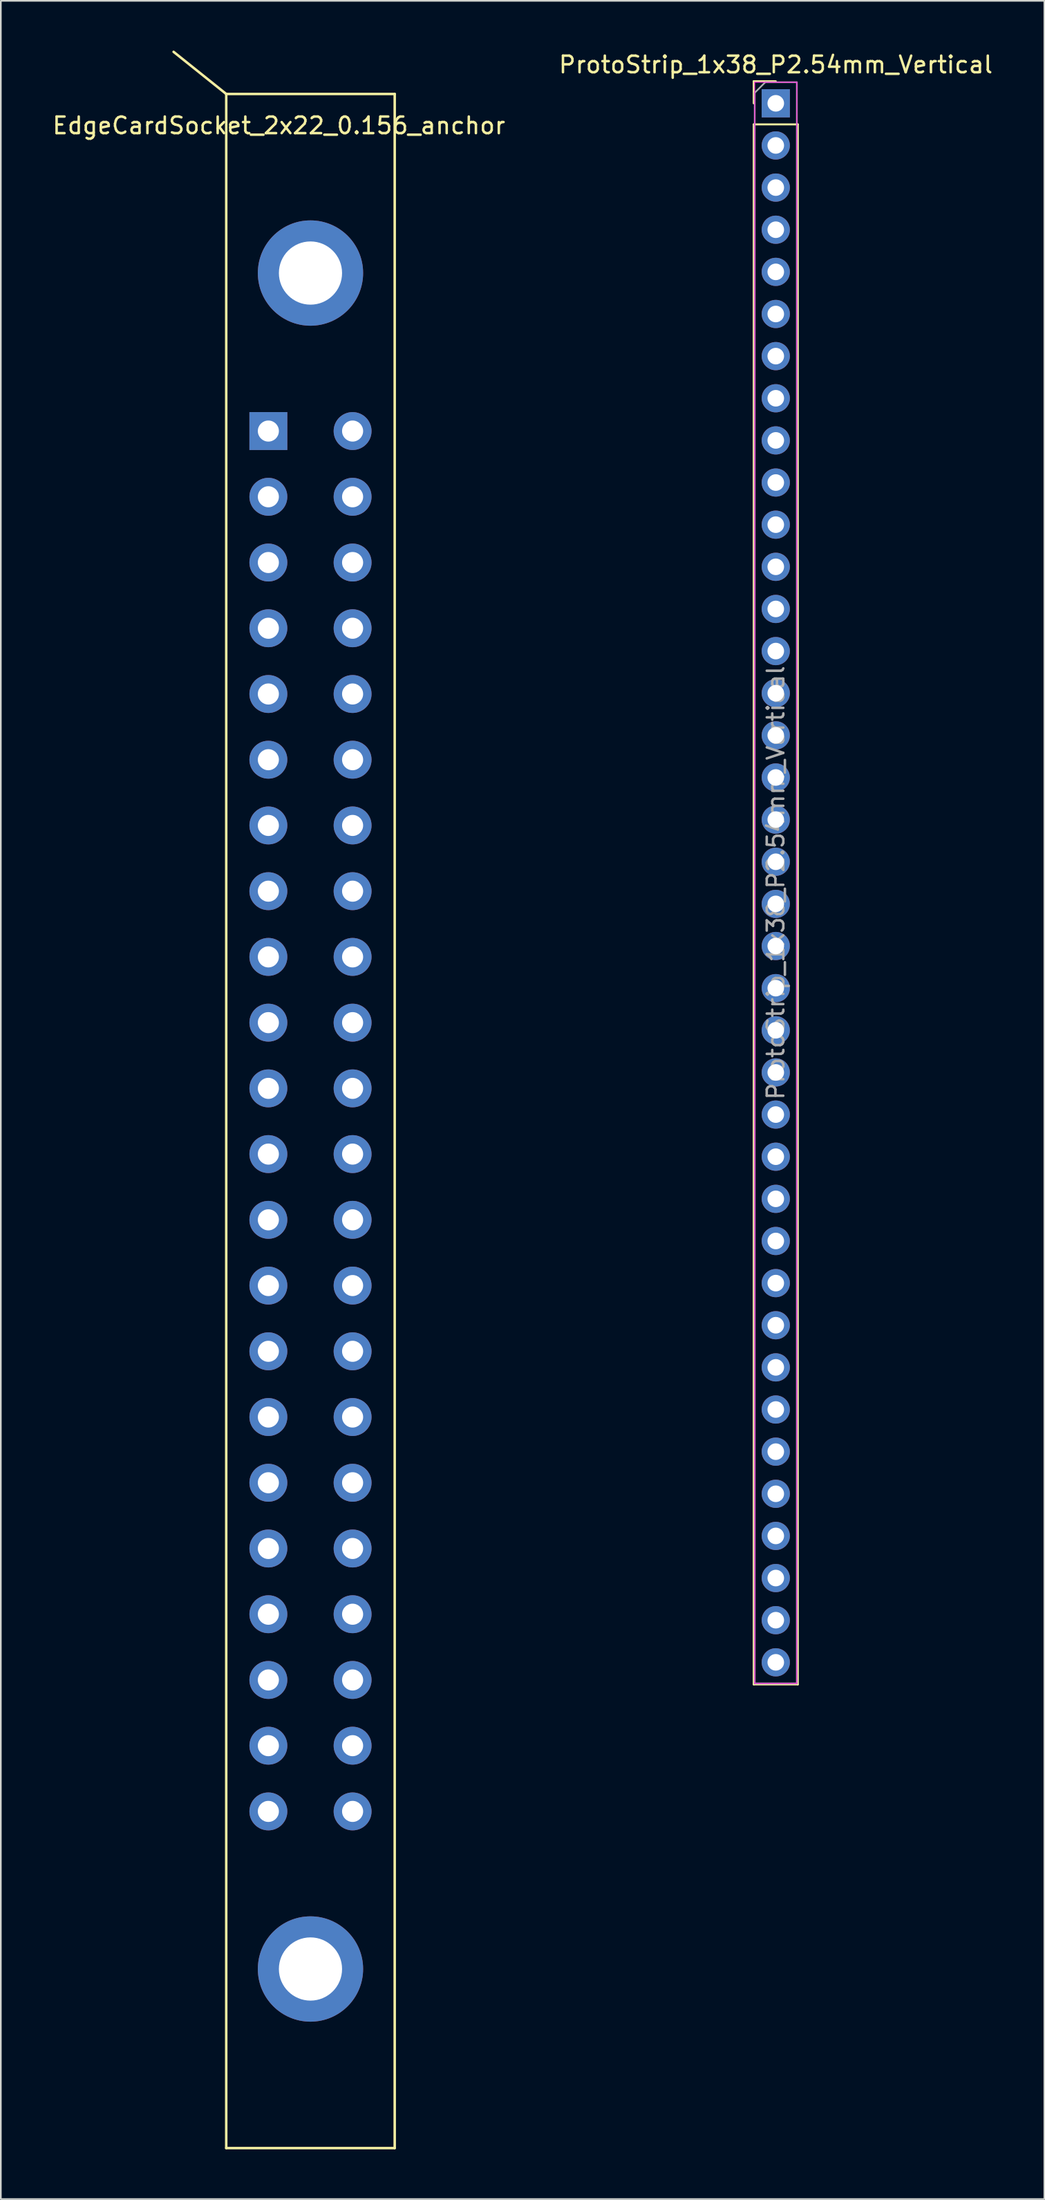
<source format=kicad_pcb>
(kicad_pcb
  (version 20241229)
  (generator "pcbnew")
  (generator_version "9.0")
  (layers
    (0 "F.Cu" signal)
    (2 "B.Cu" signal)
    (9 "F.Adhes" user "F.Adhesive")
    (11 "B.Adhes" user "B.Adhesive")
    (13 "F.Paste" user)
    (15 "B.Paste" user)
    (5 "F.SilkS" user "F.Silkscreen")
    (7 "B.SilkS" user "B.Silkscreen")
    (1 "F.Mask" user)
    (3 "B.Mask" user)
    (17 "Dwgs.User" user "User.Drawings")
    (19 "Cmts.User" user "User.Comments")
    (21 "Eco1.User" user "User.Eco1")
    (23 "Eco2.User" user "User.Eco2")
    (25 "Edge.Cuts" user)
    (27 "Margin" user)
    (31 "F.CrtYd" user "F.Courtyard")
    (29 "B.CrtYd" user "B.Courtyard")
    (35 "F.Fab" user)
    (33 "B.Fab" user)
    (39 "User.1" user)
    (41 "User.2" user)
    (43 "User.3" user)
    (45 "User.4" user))
  (footprint "ProtoStrip_1x38_P2.54mm_Vertical"
    (layer "F.Cu")
    (at 43.732 3.178)
    (property "Reference" "ProtoStrip_1x38_P2.54mm_Vertical" (at 0 -2.33 0) (layer "F.SilkS") (effects (font (size 1 1) (thickness 0.15))))
    (attr through_hole)
    (fp_line (start -1.33 -1.33) (end 0 -1.33) (stroke (width 0.12) (type solid)) (layer "F.SilkS"))
    (fp_line (start -1.33 0) (end -1.33 -1.33) (stroke (width 0.12) (type solid)) (layer "F.SilkS"))
    (fp_line (start -1.33 1.27) (end -1.33 95.31) (stroke (width 0.12) (type solid)) (layer "F.SilkS"))
    (fp_line (start -1.33 1.27) (end 1.33 1.27) (stroke (width 0.12) (type solid)) (layer "F.SilkS"))
    (fp_line (start -1.33 95.31) (end 1.33 95.31) (stroke (width 0.12) (type solid)) (layer "F.SilkS"))
    (fp_line (start 1.33 1.27) (end 1.33 95.31) (stroke (width 0.12) (type solid)) (layer "F.SilkS"))
    (fp_line (start -1.27 -1.27) (end -1.27 95.25) (stroke (width 0.05) (type solid)) (layer "F.CrtYd"))
    (fp_line (start -1.27 95.25) (end 1.27 95.25) (stroke (width 0.05) (type solid)) (layer "F.CrtYd"))
    (fp_line (start 1.27 -1.27) (end -1.27 -1.27) (stroke (width 0.05) (type solid)) (layer "F.CrtYd"))
    (fp_line (start 1.27 95.25) (end 1.27 -1.27) (stroke (width 0.05) (type solid)) (layer "F.CrtYd"))
    (fp_line (start -1.27 -0.635) (end -0.635 -1.27) (stroke (width 0.1) (type solid)) (layer "F.Fab"))
    (fp_line (start -1.27 95.25) (end -1.27 -0.635) (stroke (width 0.1) (type solid)) (layer "F.Fab"))
    (fp_line (start -0.635 -1.27) (end 1.27 -1.27) (stroke (width 0.1) (type solid)) (layer "F.Fab"))
    (fp_line (start 1.27 -1.27) (end 1.27 95.25) (stroke (width 0.1) (type solid)) (layer "F.Fab"))
    (fp_line (start 1.27 95.25) (end -1.27 95.25) (stroke (width 0.1) (type solid)) (layer "F.Fab"))
    (fp_text user "${REFERENCE}" (at 0 46.99 270) (layer "F.Fab") (effects (font (size 1 1) (thickness 0.15))))
    (pad "1" thru_hole rect (at 0 0) (size 1.7 1.7) (drill 1) (layers "*.Cu" "*.Mask"))
    (pad "2" thru_hole oval (at 0 2.54) (size 1.7 1.7) (drill 1) (layers "*.Cu" "*.Mask"))
    (pad "3" thru_hole oval (at 0 5.08) (size 1.7 1.7) (drill 1) (layers "*.Cu" "*.Mask"))
    (pad "4" thru_hole oval (at 0 7.62) (size 1.7 1.7) (drill 1) (layers "*.Cu" "*.Mask"))
    (pad "5" thru_hole oval (at 0 10.16) (size 1.7 1.7) (drill 1) (layers "*.Cu" "*.Mask"))
    (pad "6" thru_hole oval (at 0 12.7) (size 1.7 1.7) (drill 1) (layers "*.Cu" "*.Mask"))
    (pad "7" thru_hole oval (at 0 15.24) (size 1.7 1.7) (drill 1) (layers "*.Cu" "*.Mask"))
    (pad "8" thru_hole oval (at 0 17.78) (size 1.7 1.7) (drill 1) (layers "*.Cu" "*.Mask"))
    (pad "9" thru_hole oval (at 0 20.32) (size 1.7 1.7) (drill 1) (layers "*.Cu" "*.Mask"))
    (pad "10" thru_hole oval (at 0 22.86) (size 1.7 1.7) (drill 1) (layers "*.Cu" "*.Mask"))
    (pad "11" thru_hole oval (at 0 25.4) (size 1.7 1.7) (drill 1) (layers "*.Cu" "*.Mask"))
    (pad "12" thru_hole oval (at 0 27.94) (size 1.7 1.7) (drill 1) (layers "*.Cu" "*.Mask"))
    (pad "13" thru_hole oval (at 0 30.48) (size 1.7 1.7) (drill 1) (layers "*.Cu" "*.Mask"))
    (pad "14" thru_hole oval (at 0 33.02) (size 1.7 1.7) (drill 1) (layers "*.Cu" "*.Mask"))
    (pad "15" thru_hole oval (at 0 35.56) (size 1.7 1.7) (drill 1) (layers "*.Cu" "*.Mask"))
    (pad "16" thru_hole oval (at 0 38.1) (size 1.7 1.7) (drill 1) (layers "*.Cu" "*.Mask"))
    (pad "17" thru_hole oval (at 0 40.64) (size 1.7 1.7) (drill 1) (layers "*.Cu" "*.Mask"))
    (pad "18" thru_hole oval (at 0 43.18) (size 1.7 1.7) (drill 1) (layers "*.Cu" "*.Mask"))
    (pad "19" thru_hole oval (at 0 45.72) (size 1.7 1.7) (drill 1) (layers "*.Cu" "*.Mask"))
    (pad "20" thru_hole oval (at 0 48.26) (size 1.7 1.7) (drill 1) (layers "*.Cu" "*.Mask"))
    (pad "21" thru_hole oval (at 0 50.8) (size 1.7 1.7) (drill 1) (layers "*.Cu" "*.Mask"))
    (pad "22" thru_hole oval (at 0 53.34) (size 1.7 1.7) (drill 1) (layers "*.Cu" "*.Mask"))
    (pad "23" thru_hole oval (at 0 55.88) (size 1.7 1.7) (drill 1) (layers "*.Cu" "*.Mask"))
    (pad "24" thru_hole oval (at 0 58.42) (size 1.7 1.7) (drill 1) (layers "*.Cu" "*.Mask"))
    (pad "25" thru_hole oval (at 0 60.96) (size 1.7 1.7) (drill 1) (layers "*.Cu" "*.Mask"))
    (pad "26" thru_hole oval (at 0 63.5) (size 1.7 1.7) (drill 1) (layers "*.Cu" "*.Mask"))
    (pad "27" thru_hole oval (at 0 66.04) (size 1.7 1.7) (drill 1) (layers "*.Cu" "*.Mask"))
    (pad "28" thru_hole oval (at 0 68.58) (size 1.7 1.7) (drill 1) (layers "*.Cu" "*.Mask"))
    (pad "29" thru_hole oval (at 0 71.12) (size 1.7 1.7) (drill 1) (layers "*.Cu" "*.Mask"))
    (pad "30" thru_hole oval (at 0 73.66) (size 1.7 1.7) (drill 1) (layers "*.Cu" "*.Mask"))
    (pad "31" thru_hole oval (at 0 76.2) (size 1.7 1.7) (drill 1) (layers "*.Cu" "*.Mask"))
    (pad "32" thru_hole oval (at 0 78.74) (size 1.7 1.7) (drill 1) (layers "*.Cu" "*.Mask"))
    (pad "33" thru_hole oval (at 0 81.28) (size 1.7 1.7) (drill 1) (layers "*.Cu" "*.Mask"))
    (pad "34" thru_hole oval (at 0 83.82) (size 1.7 1.7) (drill 1) (layers "*.Cu" "*.Mask"))
    (pad "35" thru_hole oval (at 0 86.36) (size 1.7 1.7) (drill 1) (layers "*.Cu" "*.Mask"))
    (pad "36" thru_hole oval (at 0 88.9) (size 1.7 1.7) (drill 1) (layers "*.Cu" "*.Mask"))
    (pad "37" thru_hole oval (at 0 91.44) (size 1.7 1.7) (drill 1) (layers "*.Cu" "*.Mask"))
    (pad "38" thru_hole oval (at 0 93.98) (size 1.7 1.7) (drill 1) (layers "*.Cu" "*.Mask")))
  (footprint "EdgeCardSocket_2x22_0.156_anchor"
    (layer "F.Cu")
    (at 13.133 22.935)
    (property "Reference" "EdgeCardSocket_2x22_0.156_anchor" (at 0.635 -18.415 0) (layer "F.SilkS") (effects (font (size 1 1) (thickness 0.15))))
    (attr through_hole)
    (fp_line (start -2.54 -20.32) (end -5.715 -22.86) (stroke (width 0.15) (type solid)) (layer "F.SilkS"))
    (fp_line (start -2.54 -20.32) (end 7.62 -20.32) (stroke (width 0.15) (type solid)) (layer "F.SilkS"))
    (fp_line (start -2.54 103.505) (end -2.54 -20.32) (stroke (width 0.15) (type solid)) (layer "F.SilkS"))
    (fp_line (start 7.62 -20.32) (end 7.62 103.505) (stroke (width 0.15) (type solid)) (layer "F.SilkS"))
    (fp_line (start 7.62 103.505) (end -2.54 103.505) (stroke (width 0.15) (type solid)) (layer "F.SilkS"))
    (pad "1" thru_hole rect (at 0 0) (size 2.286 2.286) (drill 1.27) (layers "*.Cu" "*.Mask"))
    (pad "2" thru_hole circle (at 0 3.962) (size 2.286 2.286) (drill 1.27) (layers "*.Cu" "*.Mask"))
    (pad "3" thru_hole circle (at 0 7.925) (size 2.286 2.286) (drill 1.27) (layers "*.Cu" "*.Mask"))
    (pad "4" thru_hole circle (at 0 11.887) (size 2.286 2.286) (drill 1.27) (layers "*.Cu" "*.Mask"))
    (pad "5" thru_hole circle (at 0 15.85) (size 2.286 2.286) (drill 1.27) (layers "*.Cu" "*.Mask"))
    (pad "6" thru_hole circle (at 0 19.812) (size 2.286 2.286) (drill 1.27) (layers "*.Cu" "*.Mask"))
    (pad "7" thru_hole circle (at 0 23.774) (size 2.286 2.286) (drill 1.27) (layers "*.Cu" "*.Mask"))
    (pad "8" thru_hole circle (at 0 27.737) (size 2.286 2.286) (drill 1.27) (layers "*.Cu" "*.Mask"))
    (pad "9" thru_hole circle (at 0 31.699) (size 2.286 2.286) (drill 1.27) (layers "*.Cu" "*.Mask"))
    (pad "10" thru_hole circle (at 0 35.662) (size 2.286 2.286) (drill 1.27) (layers "*.Cu" "*.Mask"))
    (pad "11" thru_hole circle (at 0 39.624) (size 2.286 2.286) (drill 1.27) (layers "*.Cu" "*.Mask"))
    (pad "12" thru_hole circle (at 0 43.586) (size 2.286 2.286) (drill 1.27) (layers "*.Cu" "*.Mask"))
    (pad "13" thru_hole circle (at 0 47.549) (size 2.286 2.286) (drill 1.27) (layers "*.Cu" "*.Mask"))
    (pad "14" thru_hole circle (at 0 51.511) (size 2.286 2.286) (drill 1.27) (layers "*.Cu" "*.Mask"))
    (pad "15" thru_hole circle (at 0 55.474) (size 2.286 2.286) (drill 1.27) (layers "*.Cu" "*.Mask"))
    (pad "16" thru_hole circle (at 0 59.436) (size 2.286 2.286) (drill 1.27) (layers "*.Cu" "*.Mask"))
    (pad "17" thru_hole circle (at 0 63.398) (size 2.286 2.286) (drill 1.27) (layers "*.Cu" "*.Mask"))
    (pad "18" thru_hole circle (at 0 67.361) (size 2.286 2.286) (drill 1.27) (layers "*.Cu" "*.Mask"))
    (pad "19" thru_hole circle (at 0 71.323) (size 2.286 2.286) (drill 1.27) (layers "*.Cu" "*.Mask"))
    (pad "20" thru_hole circle (at 0 75.286) (size 2.286 2.286) (drill 1.27) (layers "*.Cu" "*.Mask"))
    (pad "21" thru_hole circle (at 0 79.248) (size 2.286 2.286) (drill 1.27) (layers "*.Cu" "*.Mask"))
    (pad "22" thru_hole circle (at 0 83.21) (size 2.286 2.286) (drill 1.27) (layers "*.Cu" "*.Mask"))
    (pad "98" thru_hole circle (at 2.54 92.71) (size 6.35 6.35) (drill 3.81) (layers "*.Cu" "*.Mask"))
    (pad "99" thru_hole circle (at 2.54 -9.525) (size 6.35 6.35) (drill 3.81) (layers "*.Cu" "*.Mask"))
    (pad "A" thru_hole circle (at 5.08 0) (size 2.286 2.286) (drill 1.27) (layers "*.Cu" "*.Mask"))
    (pad "B" thru_hole circle (at 5.08 3.962) (size 2.286 2.286) (drill 1.27) (layers "*.Cu" "*.Mask"))
    (pad "C" thru_hole circle (at 5.08 7.925) (size 2.286 2.286) (drill 1.27) (layers "*.Cu" "*.Mask"))
    (pad "D" thru_hole circle (at 5.08 11.887) (size 2.286 2.286) (drill 1.27) (layers "*.Cu" "*.Mask"))
    (pad "E" thru_hole circle (at 5.08 15.85) (size 2.286 2.286) (drill 1.27) (layers "*.Cu" "*.Mask"))
    (pad "F" thru_hole circle (at 5.08 19.812) (size 2.286 2.286) (drill 1.27) (layers "*.Cu" "*.Mask"))
    (pad "H" thru_hole circle (at 5.08 23.774) (size 2.286 2.286) (drill 1.27) (layers "*.Cu" "*.Mask"))
    (pad "J" thru_hole circle (at 5.08 27.737) (size 2.286 2.286) (drill 1.27) (layers "*.Cu" "*.Mask"))
    (pad "K" thru_hole circle (at 5.08 31.699) (size 2.286 2.286) (drill 1.27) (layers "*.Cu" "*.Mask"))
    (pad "L" thru_hole circle (at 5.08 35.662) (size 2.286 2.286) (drill 1.27) (layers "*.Cu" "*.Mask"))
    (pad "M" thru_hole circle (at 5.08 39.624) (size 2.286 2.286) (drill 1.27) (layers "*.Cu" "*.Mask"))
    (pad "N" thru_hole circle (at 5.08 43.586) (size 2.286 2.286) (drill 1.27) (layers "*.Cu" "*.Mask"))
    (pad "P" thru_hole circle (at 5.08 47.549) (size 2.286 2.286) (drill 1.27) (layers "*.Cu" "*.Mask"))
    (pad "R" thru_hole circle (at 5.08 51.511) (size 2.286 2.286) (drill 1.27) (layers "*.Cu" "*.Mask"))
    (pad "S" thru_hole circle (at 5.08 55.474) (size 2.286 2.286) (drill 1.27) (layers "*.Cu" "*.Mask"))
    (pad "T" thru_hole circle (at 5.08 59.436) (size 2.286 2.286) (drill 1.27) (layers "*.Cu" "*.Mask"))
    (pad "U" thru_hole circle (at 5.08 63.398) (size 2.286 2.286) (drill 1.27) (layers "*.Cu" "*.Mask"))
    (pad "V" thru_hole circle (at 5.08 67.361) (size 2.286 2.286) (drill 1.27) (layers "*.Cu" "*.Mask"))
    (pad "W" thru_hole circle (at 5.08 71.323) (size 2.286 2.286) (drill 1.27) (layers "*.Cu" "*.Mask"))
    (pad "X" thru_hole circle (at 5.08 75.286) (size 2.286 2.286) (drill 1.27) (layers "*.Cu" "*.Mask"))
    (pad "Y" thru_hole circle (at 5.08 79.248) (size 2.286 2.286) (drill 1.27) (layers "*.Cu" "*.Mask"))
    (pad "Z" thru_hole circle (at 5.08 83.21) (size 2.286 2.286) (drill 1.27) (layers "*.Cu" "*.Mask")))
  (gr_rect
    (start -3 -3)
    (end 59.929 129.515)
    (stroke (width 0.1) (type default))
    (fill no)
    (layer "Edge.Cuts")))
</source>
